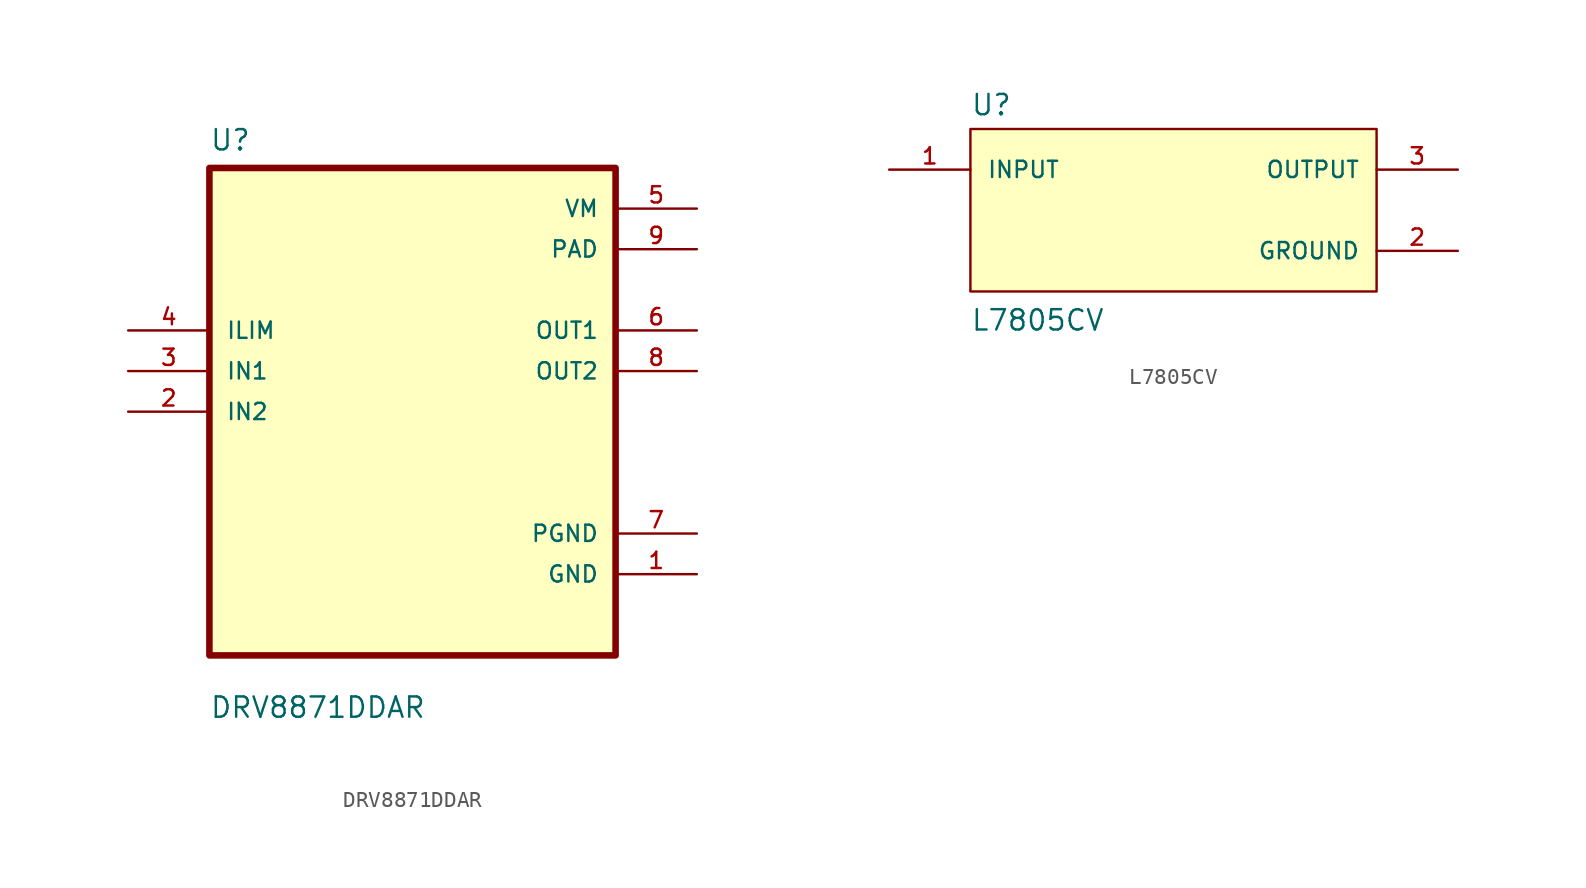
<source format=kicad_sym>
(kicad_symbol_lib
  (version 20241209)
  (generator "kicad_symbol_editor")
  (generator_version "9.0")
  (symbol "DRV8871DDAR"
    (pin_names
      (offset 1.016))
    (property "Reference" "U"
      (at -12.7 16.24 0)
      (effects (font (size 1.27 1.27)) (justify left bottom)))
    (property "Value" "DRV8871DDAR"
      (at -12.7 -19.24 0)
      (effects (font (size 1.27 1.27)) (justify left bottom)))
    (symbol "DRV8871DDAR_0_0"
      (rectangle (start -12.7 -15.24) (end 12.7 15.24) (stroke (width 0.41) (type default)) (fill (type background)))
      (pin input line (at -17.78 5.08 0) (length 5.08) (name "ILIM" (effects (font (size 1.016 1.016)))) (number "4" (effects (font (size 1.016 1.016)))))
      (pin input line (at -17.78 2.54 0) (length 5.08) (name "IN1" (effects (font (size 1.016 1.016)))) (number "3" (effects (font (size 1.016 1.016)))))
      (pin input line (at -17.78 0 0) (length 5.08) (name "IN2" (effects (font (size 1.016 1.016)))) (number "2" (effects (font (size 1.016 1.016)))))
      (pin power_in line (at 17.78 12.7 180) (length 5.08) (name "VM" (effects (font (size 1.016 1.016)))) (number "5" (effects (font (size 1.016 1.016)))))
      (pin power_in line (at 17.78 10.16 180) (length 5.08) (name "PAD" (effects (font (size 1.016 1.016)))) (number "9" (effects (font (size 1.016 1.016)))))
      (pin output line (at 17.78 5.08 180) (length 5.08) (name "OUT1" (effects (font (size 1.016 1.016)))) (number "6" (effects (font (size 1.016 1.016)))))
      (pin output line (at 17.78 2.54 180) (length 5.08) (name "OUT2" (effects (font (size 1.016 1.016)))) (number "8" (effects (font (size 1.016 1.016)))))
      (pin power_in line (at 17.78 -7.62 180) (length 5.08) (name "PGND" (effects (font (size 1.016 1.016)))) (number "7" (effects (font (size 1.016 1.016)))))
      (pin power_in line (at 17.78 -10.16 180) (length 5.08) (name "GND" (effects (font (size 1.016 1.016)))) (number "1" (effects (font (size 1.016 1.016)))))))
  (symbol "L7805CV"
    (pin_names
      (offset 1.016))
    (property "Reference" "U"
      (at -12.7 5.842 0)
      (effects (font (size 1.27 1.27)) (justify left bottom)))
    (property "Value" "L7805CV"
      (at -12.7 -7.62 0)
      (effects (font (size 1.27 1.27)) (justify left bottom)))
    (symbol "L7805CV_0_0"
      (rectangle (start -12.7 -5.08) (end 12.7 5.08) (stroke (width 0.152) (type default)) (fill (type background)))
      (pin input line (at -17.78 2.54 0) (length 5.08) (name "INPUT" (effects (font (size 1.016 1.016)))) (number "1" (effects (font (size 1.016 1.016)))))
      (pin output line (at 17.78 2.54 180) (length 5.08) (name "OUTPUT" (effects (font (size 1.016 1.016)))) (number "3" (effects (font (size 1.016 1.016)))))
      (pin power_in line (at 17.78 -2.54 180) (length 5.08) (name "GROUND" (effects (font (size 1.016 1.016)))) (number "2" (effects (font (size 1.016 1.016))))))))
</source>
